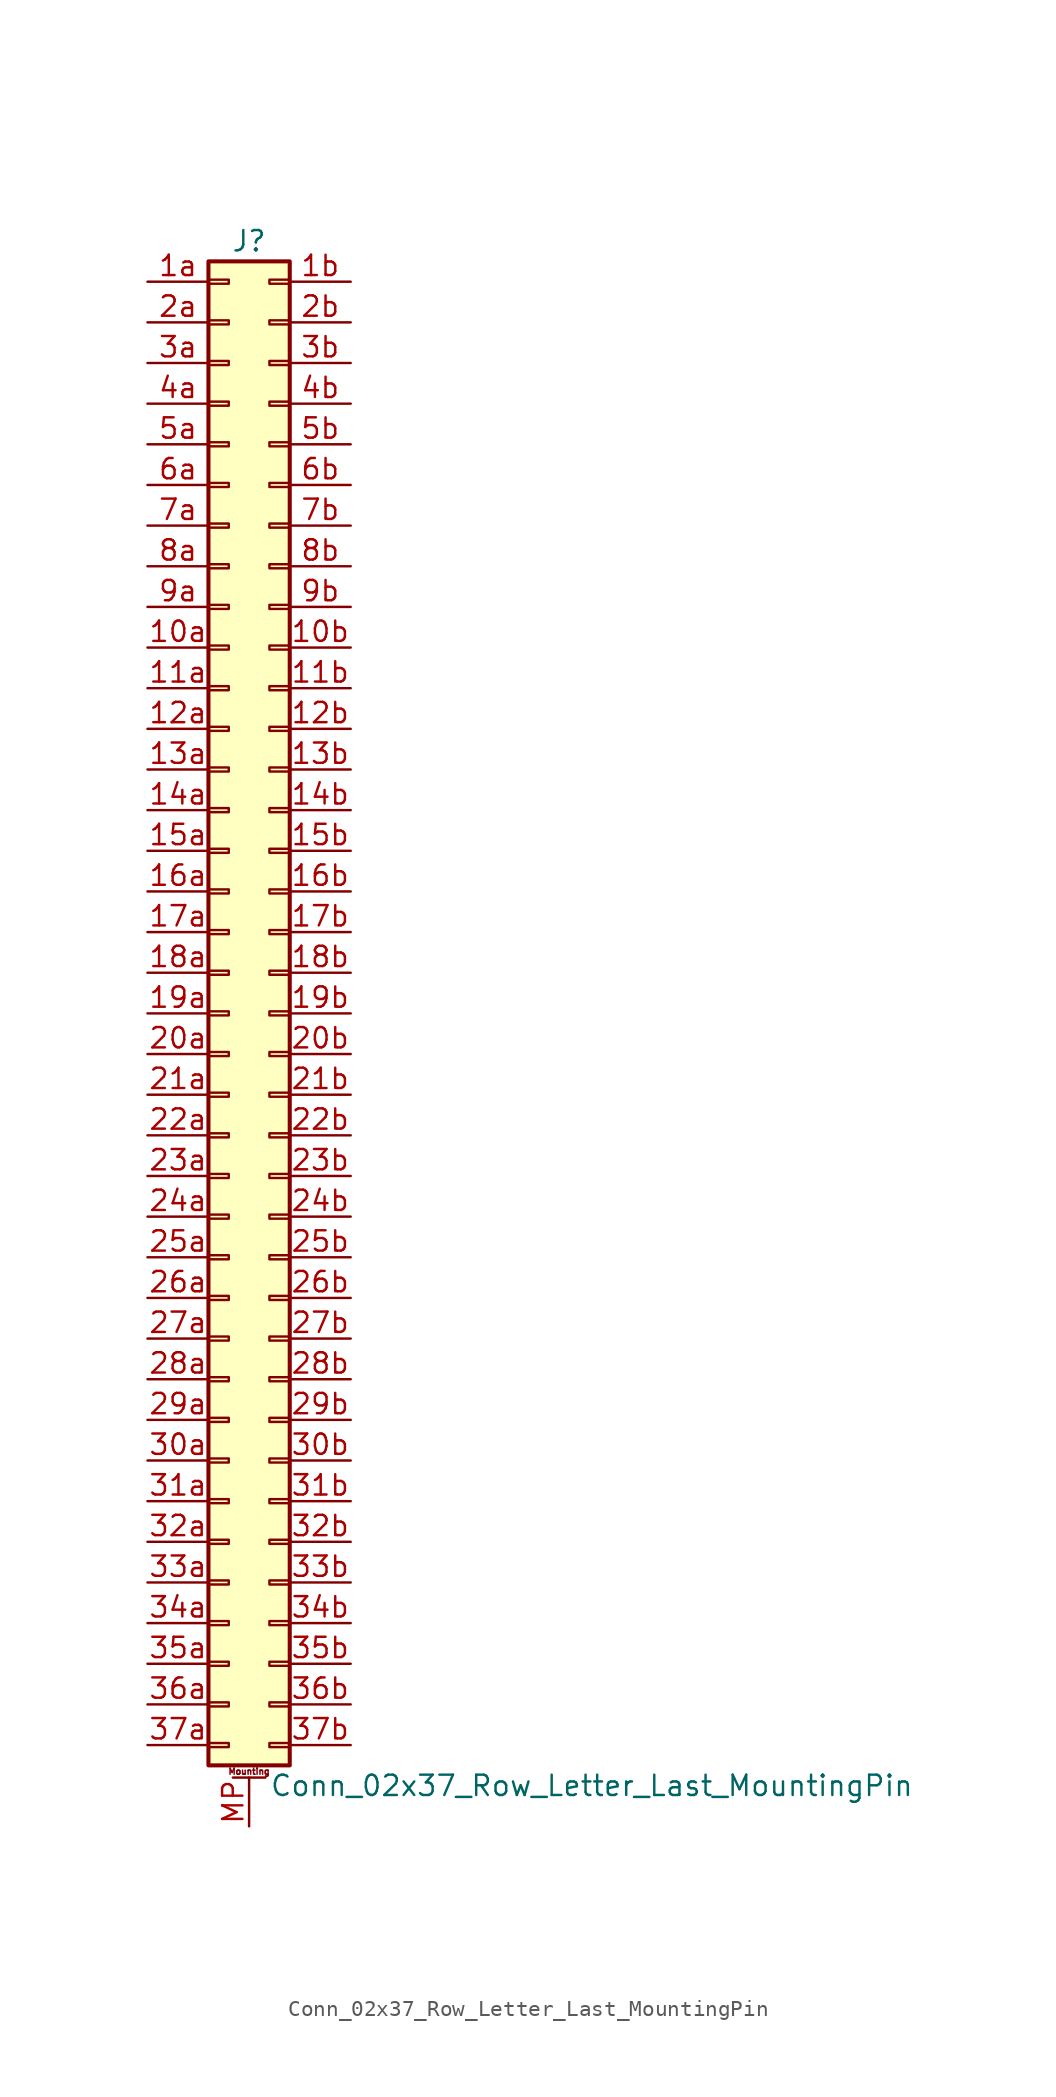
<source format=kicad_sym>
(kicad_symbol_lib
  (version 20211014)
  (generator kicad_symbol_editor)
  (symbol "Conn_02x37_Row_Letter_Last_MountingPin"
    (pin_names
      (offset 1.016) hide)
    (property "Reference" "J"
      (at 1.27 48.26 0)
      (effects (font (size 1.27 1.27))))
    (property "Value" "Conn_02x37_Row_Letter_Last_MountingPin"
      (at 2.54 -48.26 0)
      (effects (font (size 1.27 1.27)) (justify left)))
    (symbol "Conn_02x37_Row_Letter_Last_MountingPin_1_1"
      (rectangle (start -1.27 -45.593) (end 0 -45.847) (stroke (width 0.152) (type default) (color 0 0 0 0)) (fill (type none)))
      (rectangle (start -1.27 -43.053) (end 0 -43.307) (stroke (width 0.152) (type default) (color 0 0 0 0)) (fill (type none)))
      (rectangle (start -1.27 -40.513) (end 0 -40.767) (stroke (width 0.152) (type default) (color 0 0 0 0)) (fill (type none)))
      (rectangle (start -1.27 -37.973) (end 0 -38.227) (stroke (width 0.152) (type default) (color 0 0 0 0)) (fill (type none)))
      (rectangle (start -1.27 -35.433) (end 0 -35.687) (stroke (width 0.152) (type default) (color 0 0 0 0)) (fill (type none)))
      (rectangle (start -1.27 -32.893) (end 0 -33.147) (stroke (width 0.152) (type default) (color 0 0 0 0)) (fill (type none)))
      (rectangle (start -1.27 -30.353) (end 0 -30.607) (stroke (width 0.152) (type default) (color 0 0 0 0)) (fill (type none)))
      (rectangle (start -1.27 -27.813) (end 0 -28.067) (stroke (width 0.152) (type default) (color 0 0 0 0)) (fill (type none)))
      (rectangle (start -1.27 -25.273) (end 0 -25.527) (stroke (width 0.152) (type default) (color 0 0 0 0)) (fill (type none)))
      (rectangle (start -1.27 -22.733) (end 0 -22.987) (stroke (width 0.152) (type default) (color 0 0 0 0)) (fill (type none)))
      (rectangle (start -1.27 -20.193) (end 0 -20.447) (stroke (width 0.152) (type default) (color 0 0 0 0)) (fill (type none)))
      (rectangle (start -1.27 -17.653) (end 0 -17.907) (stroke (width 0.152) (type default) (color 0 0 0 0)) (fill (type none)))
      (rectangle (start -1.27 -15.113) (end 0 -15.367) (stroke (width 0.152) (type default) (color 0 0 0 0)) (fill (type none)))
      (rectangle (start -1.27 -12.573) (end 0 -12.827) (stroke (width 0.152) (type default) (color 0 0 0 0)) (fill (type none)))
      (rectangle (start -1.27 -10.033) (end 0 -10.287) (stroke (width 0.152) (type default) (color 0 0 0 0)) (fill (type none)))
      (rectangle (start -1.27 -7.493) (end 0 -7.747) (stroke (width 0.152) (type default) (color 0 0 0 0)) (fill (type none)))
      (rectangle (start -1.27 -4.953) (end 0 -5.207) (stroke (width 0.152) (type default) (color 0 0 0 0)) (fill (type none)))
      (rectangle (start -1.27 -2.413) (end 0 -2.667) (stroke (width 0.152) (type default) (color 0 0 0 0)) (fill (type none)))
      (rectangle (start -1.27 0.127) (end 0 -0.127) (stroke (width 0.152) (type default) (color 0 0 0 0)) (fill (type none)))
      (rectangle (start -1.27 2.667) (end 0 2.413) (stroke (width 0.152) (type default) (color 0 0 0 0)) (fill (type none)))
      (rectangle (start -1.27 5.207) (end 0 4.953) (stroke (width 0.152) (type default) (color 0 0 0 0)) (fill (type none)))
      (rectangle (start -1.27 7.747) (end 0 7.493) (stroke (width 0.152) (type default) (color 0 0 0 0)) (fill (type none)))
      (rectangle (start -1.27 10.287) (end 0 10.033) (stroke (width 0.152) (type default) (color 0 0 0 0)) (fill (type none)))
      (rectangle (start -1.27 12.827) (end 0 12.573) (stroke (width 0.152) (type default) (color 0 0 0 0)) (fill (type none)))
      (rectangle (start -1.27 15.367) (end 0 15.113) (stroke (width 0.152) (type default) (color 0 0 0 0)) (fill (type none)))
      (rectangle (start -1.27 17.907) (end 0 17.653) (stroke (width 0.152) (type default) (color 0 0 0 0)) (fill (type none)))
      (rectangle (start -1.27 20.447) (end 0 20.193) (stroke (width 0.152) (type default) (color 0 0 0 0)) (fill (type none)))
      (rectangle (start -1.27 22.987) (end 0 22.733) (stroke (width 0.152) (type default) (color 0 0 0 0)) (fill (type none)))
      (rectangle (start -1.27 25.527) (end 0 25.273) (stroke (width 0.152) (type default) (color 0 0 0 0)) (fill (type none)))
      (rectangle (start -1.27 28.067) (end 0 27.813) (stroke (width 0.152) (type default) (color 0 0 0 0)) (fill (type none)))
      (rectangle (start -1.27 30.607) (end 0 30.353) (stroke (width 0.152) (type default) (color 0 0 0 0)) (fill (type none)))
      (rectangle (start -1.27 33.147) (end 0 32.893) (stroke (width 0.152) (type default) (color 0 0 0 0)) (fill (type none)))
      (rectangle (start -1.27 35.687) (end 0 35.433) (stroke (width 0.152) (type default) (color 0 0 0 0)) (fill (type none)))
      (rectangle (start -1.27 38.227) (end 0 37.973) (stroke (width 0.152) (type default) (color 0 0 0 0)) (fill (type none)))
      (rectangle (start -1.27 40.767) (end 0 40.513) (stroke (width 0.152) (type default) (color 0 0 0 0)) (fill (type none)))
      (rectangle (start -1.27 43.307) (end 0 43.053) (stroke (width 0.152) (type default) (color 0 0 0 0)) (fill (type none)))
      (rectangle (start -1.27 45.847) (end 0 45.593) (stroke (width 0.152) (type default) (color 0 0 0 0)) (fill (type none)))
      (rectangle (start -1.27 46.99) (end 3.81 -46.99) (stroke (width 0.254) (type default) (color 0 0 0 0)) (fill (type background)))
      (polyline (pts (xy 0.254 -47.752) (xy 2.286 -47.752)) (stroke (width 0.152) (type default) (color 0 0 0 0)) (fill (type none)))
      (rectangle (start 3.81 -45.593) (end 2.54 -45.847) (stroke (width 0.152) (type default) (color 0 0 0 0)) (fill (type none)))
      (rectangle (start 3.81 -43.053) (end 2.54 -43.307) (stroke (width 0.152) (type default) (color 0 0 0 0)) (fill (type none)))
      (rectangle (start 3.81 -40.513) (end 2.54 -40.767) (stroke (width 0.152) (type default) (color 0 0 0 0)) (fill (type none)))
      (rectangle (start 3.81 -37.973) (end 2.54 -38.227) (stroke (width 0.152) (type default) (color 0 0 0 0)) (fill (type none)))
      (rectangle (start 3.81 -35.433) (end 2.54 -35.687) (stroke (width 0.152) (type default) (color 0 0 0 0)) (fill (type none)))
      (rectangle (start 3.81 -32.893) (end 2.54 -33.147) (stroke (width 0.152) (type default) (color 0 0 0 0)) (fill (type none)))
      (rectangle (start 3.81 -30.353) (end 2.54 -30.607) (stroke (width 0.152) (type default) (color 0 0 0 0)) (fill (type none)))
      (rectangle (start 3.81 -27.813) (end 2.54 -28.067) (stroke (width 0.152) (type default) (color 0 0 0 0)) (fill (type none)))
      (rectangle (start 3.81 -25.273) (end 2.54 -25.527) (stroke (width 0.152) (type default) (color 0 0 0 0)) (fill (type none)))
      (rectangle (start 3.81 -22.733) (end 2.54 -22.987) (stroke (width 0.152) (type default) (color 0 0 0 0)) (fill (type none)))
      (rectangle (start 3.81 -20.193) (end 2.54 -20.447) (stroke (width 0.152) (type default) (color 0 0 0 0)) (fill (type none)))
      (rectangle (start 3.81 -17.653) (end 2.54 -17.907) (stroke (width 0.152) (type default) (color 0 0 0 0)) (fill (type none)))
      (rectangle (start 3.81 -15.113) (end 2.54 -15.367) (stroke (width 0.152) (type default) (color 0 0 0 0)) (fill (type none)))
      (rectangle (start 3.81 -12.573) (end 2.54 -12.827) (stroke (width 0.152) (type default) (color 0 0 0 0)) (fill (type none)))
      (rectangle (start 3.81 -10.033) (end 2.54 -10.287) (stroke (width 0.152) (type default) (color 0 0 0 0)) (fill (type none)))
      (rectangle (start 3.81 -7.493) (end 2.54 -7.747) (stroke (width 0.152) (type default) (color 0 0 0 0)) (fill (type none)))
      (rectangle (start 3.81 -4.953) (end 2.54 -5.207) (stroke (width 0.152) (type default) (color 0 0 0 0)) (fill (type none)))
      (rectangle (start 3.81 -2.413) (end 2.54 -2.667) (stroke (width 0.152) (type default) (color 0 0 0 0)) (fill (type none)))
      (rectangle (start 3.81 0.127) (end 2.54 -0.127) (stroke (width 0.152) (type default) (color 0 0 0 0)) (fill (type none)))
      (rectangle (start 3.81 2.667) (end 2.54 2.413) (stroke (width 0.152) (type default) (color 0 0 0 0)) (fill (type none)))
      (rectangle (start 3.81 5.207) (end 2.54 4.953) (stroke (width 0.152) (type default) (color 0 0 0 0)) (fill (type none)))
      (rectangle (start 3.81 7.747) (end 2.54 7.493) (stroke (width 0.152) (type default) (color 0 0 0 0)) (fill (type none)))
      (rectangle (start 3.81 10.287) (end 2.54 10.033) (stroke (width 0.152) (type default) (color 0 0 0 0)) (fill (type none)))
      (rectangle (start 3.81 12.827) (end 2.54 12.573) (stroke (width 0.152) (type default) (color 0 0 0 0)) (fill (type none)))
      (rectangle (start 3.81 15.367) (end 2.54 15.113) (stroke (width 0.152) (type default) (color 0 0 0 0)) (fill (type none)))
      (rectangle (start 3.81 17.907) (end 2.54 17.653) (stroke (width 0.152) (type default) (color 0 0 0 0)) (fill (type none)))
      (rectangle (start 3.81 20.447) (end 2.54 20.193) (stroke (width 0.152) (type default) (color 0 0 0 0)) (fill (type none)))
      (rectangle (start 3.81 22.987) (end 2.54 22.733) (stroke (width 0.152) (type default) (color 0 0 0 0)) (fill (type none)))
      (rectangle (start 3.81 25.527) (end 2.54 25.273) (stroke (width 0.152) (type default) (color 0 0 0 0)) (fill (type none)))
      (rectangle (start 3.81 28.067) (end 2.54 27.813) (stroke (width 0.152) (type default) (color 0 0 0 0)) (fill (type none)))
      (rectangle (start 3.81 30.607) (end 2.54 30.353) (stroke (width 0.152) (type default) (color 0 0 0 0)) (fill (type none)))
      (rectangle (start 3.81 33.147) (end 2.54 32.893) (stroke (width 0.152) (type default) (color 0 0 0 0)) (fill (type none)))
      (rectangle (start 3.81 35.687) (end 2.54 35.433) (stroke (width 0.152) (type default) (color 0 0 0 0)) (fill (type none)))
      (rectangle (start 3.81 38.227) (end 2.54 37.973) (stroke (width 0.152) (type default) (color 0 0 0 0)) (fill (type none)))
      (rectangle (start 3.81 40.767) (end 2.54 40.513) (stroke (width 0.152) (type default) (color 0 0 0 0)) (fill (type none)))
      (rectangle (start 3.81 43.307) (end 2.54 43.053) (stroke (width 0.152) (type default) (color 0 0 0 0)) (fill (type none)))
      (rectangle (start 3.81 45.847) (end 2.54 45.593) (stroke (width 0.152) (type default) (color 0 0 0 0)) (fill (type none)))
      (text "Mounting" (at 1.27 -47.371 0) (effects (font (size 0.381 0.381))))
      (pin passive line (at -5.08 22.86 0) (length 3.81) (name "Pin_10a" (effects (font (size 1.27 1.27)))) (number "10a" (effects (font (size 1.27 1.27)))))
      (pin passive line (at 7.62 22.86 180) (length 3.81) (name "Pin_10b" (effects (font (size 1.27 1.27)))) (number "10b" (effects (font (size 1.27 1.27)))))
      (pin passive line (at -5.08 20.32 0) (length 3.81) (name "Pin_11a" (effects (font (size 1.27 1.27)))) (number "11a" (effects (font (size 1.27 1.27)))))
      (pin passive line (at 7.62 20.32 180) (length 3.81) (name "Pin_11b" (effects (font (size 1.27 1.27)))) (number "11b" (effects (font (size 1.27 1.27)))))
      (pin passive line (at -5.08 17.78 0) (length 3.81) (name "Pin_12a" (effects (font (size 1.27 1.27)))) (number "12a" (effects (font (size 1.27 1.27)))))
      (pin passive line (at 7.62 17.78 180) (length 3.81) (name "Pin_12b" (effects (font (size 1.27 1.27)))) (number "12b" (effects (font (size 1.27 1.27)))))
      (pin passive line (at -5.08 15.24 0) (length 3.81) (name "Pin_13a" (effects (font (size 1.27 1.27)))) (number "13a" (effects (font (size 1.27 1.27)))))
      (pin passive line (at 7.62 15.24 180) (length 3.81) (name "Pin_13b" (effects (font (size 1.27 1.27)))) (number "13b" (effects (font (size 1.27 1.27)))))
      (pin passive line (at -5.08 12.7 0) (length 3.81) (name "Pin_14a" (effects (font (size 1.27 1.27)))) (number "14a" (effects (font (size 1.27 1.27)))))
      (pin passive line (at 7.62 12.7 180) (length 3.81) (name "Pin_14b" (effects (font (size 1.27 1.27)))) (number "14b" (effects (font (size 1.27 1.27)))))
      (pin passive line (at -5.08 10.16 0) (length 3.81) (name "Pin_15a" (effects (font (size 1.27 1.27)))) (number "15a" (effects (font (size 1.27 1.27)))))
      (pin passive line (at 7.62 10.16 180) (length 3.81) (name "Pin_15b" (effects (font (size 1.27 1.27)))) (number "15b" (effects (font (size 1.27 1.27)))))
      (pin passive line (at -5.08 7.62 0) (length 3.81) (name "Pin_16a" (effects (font (size 1.27 1.27)))) (number "16a" (effects (font (size 1.27 1.27)))))
      (pin passive line (at 7.62 7.62 180) (length 3.81) (name "Pin_16b" (effects (font (size 1.27 1.27)))) (number "16b" (effects (font (size 1.27 1.27)))))
      (pin passive line (at -5.08 5.08 0) (length 3.81) (name "Pin_17a" (effects (font (size 1.27 1.27)))) (number "17a" (effects (font (size 1.27 1.27)))))
      (pin passive line (at 7.62 5.08 180) (length 3.81) (name "Pin_17b" (effects (font (size 1.27 1.27)))) (number "17b" (effects (font (size 1.27 1.27)))))
      (pin passive line (at -5.08 2.54 0) (length 3.81) (name "Pin_18a" (effects (font (size 1.27 1.27)))) (number "18a" (effects (font (size 1.27 1.27)))))
      (pin passive line (at 7.62 2.54 180) (length 3.81) (name "Pin_18b" (effects (font (size 1.27 1.27)))) (number "18b" (effects (font (size 1.27 1.27)))))
      (pin passive line (at -5.08 0 0) (length 3.81) (name "Pin_19a" (effects (font (size 1.27 1.27)))) (number "19a" (effects (font (size 1.27 1.27)))))
      (pin passive line (at 7.62 0 180) (length 3.81) (name "Pin_19b" (effects (font (size 1.27 1.27)))) (number "19b" (effects (font (size 1.27 1.27)))))
      (pin passive line (at -5.08 45.72 0) (length 3.81) (name "Pin_1a" (effects (font (size 1.27 1.27)))) (number "1a" (effects (font (size 1.27 1.27)))))
      (pin passive line (at 7.62 45.72 180) (length 3.81) (name "Pin_1b" (effects (font (size 1.27 1.27)))) (number "1b" (effects (font (size 1.27 1.27)))))
      (pin passive line (at -5.08 -2.54 0) (length 3.81) (name "Pin_20a" (effects (font (size 1.27 1.27)))) (number "20a" (effects (font (size 1.27 1.27)))))
      (pin passive line (at 7.62 -2.54 180) (length 3.81) (name "Pin_20b" (effects (font (size 1.27 1.27)))) (number "20b" (effects (font (size 1.27 1.27)))))
      (pin passive line (at -5.08 -5.08 0) (length 3.81) (name "Pin_21a" (effects (font (size 1.27 1.27)))) (number "21a" (effects (font (size 1.27 1.27)))))
      (pin passive line (at 7.62 -5.08 180) (length 3.81) (name "Pin_21b" (effects (font (size 1.27 1.27)))) (number "21b" (effects (font (size 1.27 1.27)))))
      (pin passive line (at -5.08 -7.62 0) (length 3.81) (name "Pin_22a" (effects (font (size 1.27 1.27)))) (number "22a" (effects (font (size 1.27 1.27)))))
      (pin passive line (at 7.62 -7.62 180) (length 3.81) (name "Pin_22b" (effects (font (size 1.27 1.27)))) (number "22b" (effects (font (size 1.27 1.27)))))
      (pin passive line (at -5.08 -10.16 0) (length 3.81) (name "Pin_23a" (effects (font (size 1.27 1.27)))) (number "23a" (effects (font (size 1.27 1.27)))))
      (pin passive line (at 7.62 -10.16 180) (length 3.81) (name "Pin_23b" (effects (font (size 1.27 1.27)))) (number "23b" (effects (font (size 1.27 1.27)))))
      (pin passive line (at -5.08 -12.7 0) (length 3.81) (name "Pin_24a" (effects (font (size 1.27 1.27)))) (number "24a" (effects (font (size 1.27 1.27)))))
      (pin passive line (at 7.62 -12.7 180) (length 3.81) (name "Pin_24b" (effects (font (size 1.27 1.27)))) (number "24b" (effects (font (size 1.27 1.27)))))
      (pin passive line (at -5.08 -15.24 0) (length 3.81) (name "Pin_25a" (effects (font (size 1.27 1.27)))) (number "25a" (effects (font (size 1.27 1.27)))))
      (pin passive line (at 7.62 -15.24 180) (length 3.81) (name "Pin_25b" (effects (font (size 1.27 1.27)))) (number "25b" (effects (font (size 1.27 1.27)))))
      (pin passive line (at -5.08 -17.78 0) (length 3.81) (name "Pin_26a" (effects (font (size 1.27 1.27)))) (number "26a" (effects (font (size 1.27 1.27)))))
      (pin passive line (at 7.62 -17.78 180) (length 3.81) (name "Pin_26b" (effects (font (size 1.27 1.27)))) (number "26b" (effects (font (size 1.27 1.27)))))
      (pin passive line (at -5.08 -20.32 0) (length 3.81) (name "Pin_27a" (effects (font (size 1.27 1.27)))) (number "27a" (effects (font (size 1.27 1.27)))))
      (pin passive line (at 7.62 -20.32 180) (length 3.81) (name "Pin_27b" (effects (font (size 1.27 1.27)))) (number "27b" (effects (font (size 1.27 1.27)))))
      (pin passive line (at -5.08 -22.86 0) (length 3.81) (name "Pin_28a" (effects (font (size 1.27 1.27)))) (number "28a" (effects (font (size 1.27 1.27)))))
      (pin passive line (at 7.62 -22.86 180) (length 3.81) (name "Pin_28b" (effects (font (size 1.27 1.27)))) (number "28b" (effects (font (size 1.27 1.27)))))
      (pin passive line (at -5.08 -25.4 0) (length 3.81) (name "Pin_29a" (effects (font (size 1.27 1.27)))) (number "29a" (effects (font (size 1.27 1.27)))))
      (pin passive line (at 7.62 -25.4 180) (length 3.81) (name "Pin_29b" (effects (font (size 1.27 1.27)))) (number "29b" (effects (font (size 1.27 1.27)))))
      (pin passive line (at -5.08 43.18 0) (length 3.81) (name "Pin_2a" (effects (font (size 1.27 1.27)))) (number "2a" (effects (font (size 1.27 1.27)))))
      (pin passive line (at 7.62 43.18 180) (length 3.81) (name "Pin_2b" (effects (font (size 1.27 1.27)))) (number "2b" (effects (font (size 1.27 1.27)))))
      (pin passive line (at -5.08 -27.94 0) (length 3.81) (name "Pin_30a" (effects (font (size 1.27 1.27)))) (number "30a" (effects (font (size 1.27 1.27)))))
      (pin passive line (at 7.62 -27.94 180) (length 3.81) (name "Pin_30b" (effects (font (size 1.27 1.27)))) (number "30b" (effects (font (size 1.27 1.27)))))
      (pin passive line (at -5.08 -30.48 0) (length 3.81) (name "Pin_31a" (effects (font (size 1.27 1.27)))) (number "31a" (effects (font (size 1.27 1.27)))))
      (pin passive line (at 7.62 -30.48 180) (length 3.81) (name "Pin_31b" (effects (font (size 1.27 1.27)))) (number "31b" (effects (font (size 1.27 1.27)))))
      (pin passive line (at -5.08 -33.02 0) (length 3.81) (name "Pin_32a" (effects (font (size 1.27 1.27)))) (number "32a" (effects (font (size 1.27 1.27)))))
      (pin passive line (at 7.62 -33.02 180) (length 3.81) (name "Pin_32b" (effects (font (size 1.27 1.27)))) (number "32b" (effects (font (size 1.27 1.27)))))
      (pin passive line (at -5.08 -35.56 0) (length 3.81) (name "Pin_33a" (effects (font (size 1.27 1.27)))) (number "33a" (effects (font (size 1.27 1.27)))))
      (pin passive line (at 7.62 -35.56 180) (length 3.81) (name "Pin_33b" (effects (font (size 1.27 1.27)))) (number "33b" (effects (font (size 1.27 1.27)))))
      (pin passive line (at -5.08 -38.1 0) (length 3.81) (name "Pin_34a" (effects (font (size 1.27 1.27)))) (number "34a" (effects (font (size 1.27 1.27)))))
      (pin passive line (at 7.62 -38.1 180) (length 3.81) (name "Pin_34b" (effects (font (size 1.27 1.27)))) (number "34b" (effects (font (size 1.27 1.27)))))
      (pin passive line (at -5.08 -40.64 0) (length 3.81) (name "Pin_35a" (effects (font (size 1.27 1.27)))) (number "35a" (effects (font (size 1.27 1.27)))))
      (pin passive line (at 7.62 -40.64 180) (length 3.81) (name "Pin_35b" (effects (font (size 1.27 1.27)))) (number "35b" (effects (font (size 1.27 1.27)))))
      (pin passive line (at -5.08 -43.18 0) (length 3.81) (name "Pin_36a" (effects (font (size 1.27 1.27)))) (number "36a" (effects (font (size 1.27 1.27)))))
      (pin passive line (at 7.62 -43.18 180) (length 3.81) (name "Pin_36b" (effects (font (size 1.27 1.27)))) (number "36b" (effects (font (size 1.27 1.27)))))
      (pin passive line (at -5.08 -45.72 0) (length 3.81) (name "Pin_37a" (effects (font (size 1.27 1.27)))) (number "37a" (effects (font (size 1.27 1.27)))))
      (pin passive line (at 7.62 -45.72 180) (length 3.81) (name "Pin_37b" (effects (font (size 1.27 1.27)))) (number "37b" (effects (font (size 1.27 1.27)))))
      (pin passive line (at -5.08 40.64 0) (length 3.81) (name "Pin_3a" (effects (font (size 1.27 1.27)))) (number "3a" (effects (font (size 1.27 1.27)))))
      (pin passive line (at 7.62 40.64 180) (length 3.81) (name "Pin_3b" (effects (font (size 1.27 1.27)))) (number "3b" (effects (font (size 1.27 1.27)))))
      (pin passive line (at -5.08 38.1 0) (length 3.81) (name "Pin_4a" (effects (font (size 1.27 1.27)))) (number "4a" (effects (font (size 1.27 1.27)))))
      (pin passive line (at 7.62 38.1 180) (length 3.81) (name "Pin_4b" (effects (font (size 1.27 1.27)))) (number "4b" (effects (font (size 1.27 1.27)))))
      (pin passive line (at -5.08 35.56 0) (length 3.81) (name "Pin_5a" (effects (font (size 1.27 1.27)))) (number "5a" (effects (font (size 1.27 1.27)))))
      (pin passive line (at 7.62 35.56 180) (length 3.81) (name "Pin_5b" (effects (font (size 1.27 1.27)))) (number "5b" (effects (font (size 1.27 1.27)))))
      (pin passive line (at -5.08 33.02 0) (length 3.81) (name "Pin_6a" (effects (font (size 1.27 1.27)))) (number "6a" (effects (font (size 1.27 1.27)))))
      (pin passive line (at 7.62 33.02 180) (length 3.81) (name "Pin_6b" (effects (font (size 1.27 1.27)))) (number "6b" (effects (font (size 1.27 1.27)))))
      (pin passive line (at -5.08 30.48 0) (length 3.81) (name "Pin_7a" (effects (font (size 1.27 1.27)))) (number "7a" (effects (font (size 1.27 1.27)))))
      (pin passive line (at 7.62 30.48 180) (length 3.81) (name "Pin_7b" (effects (font (size 1.27 1.27)))) (number "7b" (effects (font (size 1.27 1.27)))))
      (pin passive line (at -5.08 27.94 0) (length 3.81) (name "Pin_8a" (effects (font (size 1.27 1.27)))) (number "8a" (effects (font (size 1.27 1.27)))))
      (pin passive line (at 7.62 27.94 180) (length 3.81) (name "Pin_8b" (effects (font (size 1.27 1.27)))) (number "8b" (effects (font (size 1.27 1.27)))))
      (pin passive line (at -5.08 25.4 0) (length 3.81) (name "Pin_9a" (effects (font (size 1.27 1.27)))) (number "9a" (effects (font (size 1.27 1.27)))))
      (pin passive line (at 7.62 25.4 180) (length 3.81) (name "Pin_9b" (effects (font (size 1.27 1.27)))) (number "9b" (effects (font (size 1.27 1.27)))))
      (pin passive line (at 1.27 -50.8 90) (length 3.048) (name "MountPin" (effects (font (size 1.27 1.27)))) (number "MP" (effects (font (size 1.27 1.27))))))))
</source>
